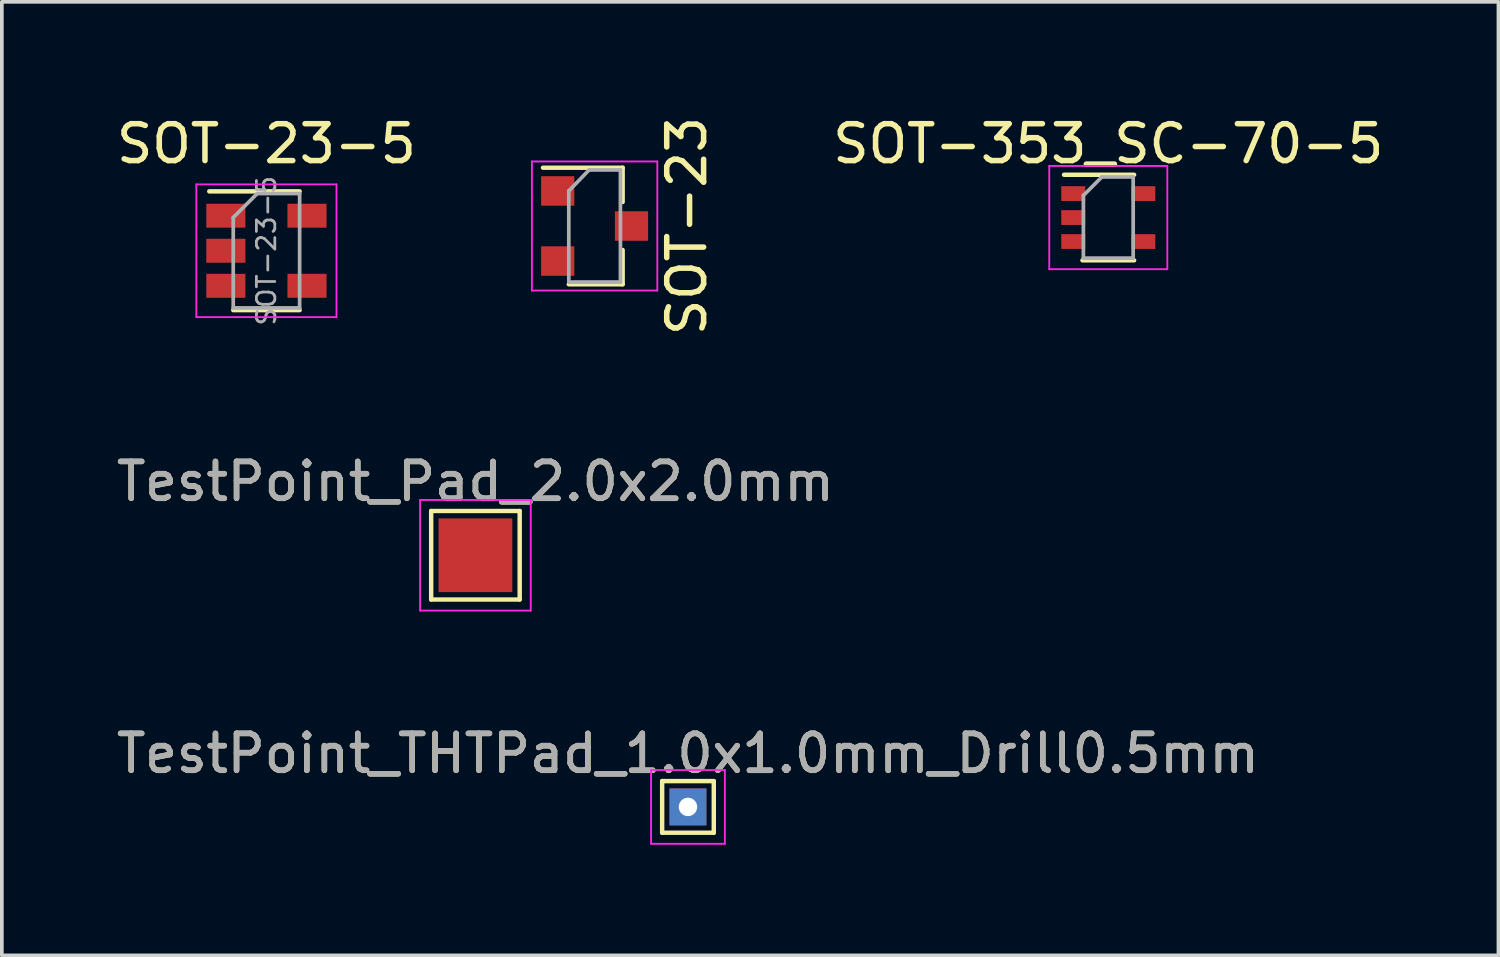
<source format=kicad_pcb>
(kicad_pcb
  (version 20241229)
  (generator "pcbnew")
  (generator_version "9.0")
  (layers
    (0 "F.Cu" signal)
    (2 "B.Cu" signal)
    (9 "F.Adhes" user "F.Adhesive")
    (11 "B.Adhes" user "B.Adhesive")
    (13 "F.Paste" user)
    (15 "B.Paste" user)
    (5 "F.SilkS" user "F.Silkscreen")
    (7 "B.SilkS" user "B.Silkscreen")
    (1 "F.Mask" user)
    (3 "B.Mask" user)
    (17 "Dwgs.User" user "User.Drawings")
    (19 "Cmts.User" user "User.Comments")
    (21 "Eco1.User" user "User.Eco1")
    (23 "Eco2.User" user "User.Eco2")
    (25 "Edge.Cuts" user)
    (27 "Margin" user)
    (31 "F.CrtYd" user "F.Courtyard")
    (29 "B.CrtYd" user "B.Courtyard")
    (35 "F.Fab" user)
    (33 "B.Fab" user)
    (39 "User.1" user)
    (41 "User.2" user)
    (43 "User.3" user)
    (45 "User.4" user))
  (footprint "TestPoint_Pad_2.0x2.0mm"
    (layer "F.Cu")
    (at 9.839 12.003)
    (property "Reference" "TestPoint_Pad_2.0x2.0mm" (at 0 -1.998 0) (layer "F.SilkS") (effects (font (size 1 1) (thickness 0.15))))
    (attr exclude_from_pos_files exclude_from_bom)
    (fp_line (start -1.2 -1.2) (end 1.2 -1.2) (stroke (width 0.12) (type solid)) (layer "F.SilkS"))
    (fp_line (start -1.2 1.2) (end -1.2 -1.2) (stroke (width 0.12) (type solid)) (layer "F.SilkS"))
    (fp_line (start 1.2 -1.2) (end 1.2 1.2) (stroke (width 0.12) (type solid)) (layer "F.SilkS"))
    (fp_line (start 1.2 1.2) (end -1.2 1.2) (stroke (width 0.12) (type solid)) (layer "F.SilkS"))
    (fp_line (start -1.5 -1.5) (end -1.5 1.5) (stroke (width 0.05) (type solid)) (layer "F.CrtYd"))
    (fp_line (start -1.5 -1.5) (end 1.5 -1.5) (stroke (width 0.05) (type solid)) (layer "F.CrtYd"))
    (fp_line (start 1.5 1.5) (end -1.5 1.5) (stroke (width 0.05) (type solid)) (layer "F.CrtYd"))
    (fp_line (start 1.5 1.5) (end 1.5 -1.5) (stroke (width 0.05) (type solid)) (layer "F.CrtYd"))
    (fp_text user "${REFERENCE}" (at 0 -2 0) (layer "F.Fab") (effects (font (size 1 1) (thickness 0.15))))
    (pad "1" smd rect (at 0 0) (size 2 2) (layers "F.Cu" "F.Mask")))
  (footprint "SOT-353_SC-70-5"
    (layer "F.Cu")
    (at 26.996 2.848)
    (property "Reference" "SOT-353_SC-70-5" (at 0 -2 0) (layer "F.SilkS") (effects (font (size 1 1) (thickness 0.15))))
    (attr smd)
    (fp_line (start -0.7 1.16) (end 0.7 1.16) (stroke (width 0.12) (type solid)) (layer "F.SilkS"))
    (fp_line (start 0.7 -1.16) (end -1.2 -1.16) (stroke (width 0.12) (type solid)) (layer "F.SilkS"))
    (fp_line (start -1.6 -1.4) (end -1.6 1.4) (stroke (width 0.05) (type solid)) (layer "F.CrtYd"))
    (fp_line (start -1.6 -1.4) (end 1.6 -1.4) (stroke (width 0.05) (type solid)) (layer "F.CrtYd"))
    (fp_line (start -1.6 1.4) (end 1.6 1.4) (stroke (width 0.05) (type solid)) (layer "F.CrtYd"))
    (fp_line (start 1.6 1.4) (end 1.6 -1.4) (stroke (width 0.05) (type solid)) (layer "F.CrtYd"))
    (fp_line (start -0.675 -0.6) (end -0.675 1.1) (stroke (width 0.1) (type solid)) (layer "F.Fab"))
    (fp_line (start -0.175 -1.1) (end -0.675 -0.6) (stroke (width 0.1) (type solid)) (layer "F.Fab"))
    (fp_line (start 0.675 -1.1) (end -0.175 -1.1) (stroke (width 0.1) (type solid)) (layer "F.Fab"))
    (fp_line (start 0.675 -1.1) (end 0.675 1.1) (stroke (width 0.1) (type solid)) (layer "F.Fab"))
    (fp_line (start 0.675 1.1) (end -0.675 1.1) (stroke (width 0.1) (type solid)) (layer "F.Fab"))
    (pad "1" smd rect (at -0.95 -0.65) (size 0.65 0.4) (layers "F.Cu" "F.Mask" "F.Paste"))
    (pad "2" smd rect (at -0.95 0) (size 0.65 0.4) (layers "F.Cu" "F.Mask" "F.Paste"))
    (pad "3" smd rect (at -0.95 0.65) (size 0.65 0.4) (layers "F.Cu" "F.Mask" "F.Paste"))
    (pad "4" smd rect (at 0.95 0.65) (size 0.65 0.4) (layers "F.Cu" "F.Mask" "F.Paste"))
    (pad "5" smd rect (at 0.95 -0.65) (size 0.65 0.4) (layers "F.Cu" "F.Mask" "F.Paste")))
  (footprint "TestPoint_THTPad_1.0x1.0mm_Drill0.5mm"
    (layer "F.Cu")
    (at 15.601 18.826)
    (property "Reference" "TestPoint_THTPad_1.0x1.0mm_Drill0.5mm" (at 0 -1.448 0) (layer "F.SilkS") (effects (font (size 1 1) (thickness 0.15))))
    (attr exclude_from_pos_files exclude_from_bom)
    (fp_line (start -0.7 -0.7) (end 0.7 -0.7) (stroke (width 0.12) (type solid)) (layer "F.SilkS"))
    (fp_line (start -0.7 0.7) (end -0.7 -0.7) (stroke (width 0.12) (type solid)) (layer "F.SilkS"))
    (fp_line (start 0.7 -0.7) (end 0.7 0.7) (stroke (width 0.12) (type solid)) (layer "F.SilkS"))
    (fp_line (start 0.7 0.7) (end -0.7 0.7) (stroke (width 0.12) (type solid)) (layer "F.SilkS"))
    (fp_line (start -1 -1) (end -1 1) (stroke (width 0.05) (type solid)) (layer "F.CrtYd"))
    (fp_line (start -1 -1) (end 1 -1) (stroke (width 0.05) (type solid)) (layer "F.CrtYd"))
    (fp_line (start 1 1) (end -1 1) (stroke (width 0.05) (type solid)) (layer "F.CrtYd"))
    (fp_line (start 1 1) (end 1 -1) (stroke (width 0.05) (type solid)) (layer "F.CrtYd"))
    (fp_text user "${REFERENCE}" (at 0 -1.45 0) (layer "F.Fab") (effects (font (size 1 1) (thickness 0.15))))
    (pad "1" thru_hole rect (at 0 0) (size 1 1) (drill 0.5) (layers "*.Cu" "*.Mask")))
  (footprint "SOT-23"
    (layer "F.Cu")
    (at 13.07 3.077)
    (property "Reference" "SOT-23" (at 2.5 0 90) (layer "F.SilkS") (effects (font (size 1 1) (thickness 0.15))))
    (attr smd)
    (fp_line (start 0.76 -1.58) (end -1.4 -1.58) (stroke (width 0.12) (type solid)) (layer "F.SilkS"))
    (fp_line (start 0.76 -1.58) (end 0.76 -0.65) (stroke (width 0.12) (type solid)) (layer "F.SilkS"))
    (fp_line (start 0.76 1.58) (end -0.7 1.58) (stroke (width 0.12) (type solid)) (layer "F.SilkS"))
    (fp_line (start 0.76 1.58) (end 0.76 0.65) (stroke (width 0.12) (type solid)) (layer "F.SilkS"))
    (fp_line (start -1.7 -1.75) (end 1.7 -1.75) (stroke (width 0.05) (type solid)) (layer "F.CrtYd"))
    (fp_line (start -1.7 1.75) (end -1.7 -1.75) (stroke (width 0.05) (type solid)) (layer "F.CrtYd"))
    (fp_line (start 1.7 -1.75) (end 1.7 1.75) (stroke (width 0.05) (type solid)) (layer "F.CrtYd"))
    (fp_line (start 1.7 1.75) (end -1.7 1.75) (stroke (width 0.05) (type solid)) (layer "F.CrtYd"))
    (fp_line (start -0.7 -0.95) (end -0.7 1.5) (stroke (width 0.1) (type solid)) (layer "F.Fab"))
    (fp_line (start -0.7 -0.95) (end -0.15 -1.52) (stroke (width 0.1) (type solid)) (layer "F.Fab"))
    (fp_line (start -0.7 1.52) (end 0.7 1.52) (stroke (width 0.1) (type solid)) (layer "F.Fab"))
    (fp_line (start -0.15 -1.52) (end 0.7 -1.52) (stroke (width 0.1) (type solid)) (layer "F.Fab"))
    (fp_line (start 0.7 -1.52) (end 0.7 1.52) (stroke (width 0.1) (type solid)) (layer "F.Fab"))
    (pad "1" smd rect (at -1 -0.95) (size 0.9 0.8) (layers "F.Cu" "F.Mask" "F.Paste"))
    (pad "2" smd rect (at -1 0.95) (size 0.9 0.8) (layers "F.Cu" "F.Mask" "F.Paste"))
    (pad "3" smd rect (at 1 0) (size 0.9 0.8) (layers "F.Cu" "F.Mask" "F.Paste")))
  (footprint "SOT-23-5"
    (layer "F.Cu")
    (at 4.173 3.748)
    (property "Reference" "SOT-23-5" (at 0 -2.9 0) (layer "F.SilkS") (effects (font (size 1 1) (thickness 0.15))))
    (attr smd)
    (fp_line (start -0.9 1.61) (end 0.9 1.61) (stroke (width 0.12) (type solid)) (layer "F.SilkS"))
    (fp_line (start 0.9 -1.61) (end -1.55 -1.61) (stroke (width 0.12) (type solid)) (layer "F.SilkS"))
    (fp_line (start -1.9 -1.8) (end 1.9 -1.8) (stroke (width 0.05) (type solid)) (layer "F.CrtYd"))
    (fp_line (start -1.9 1.8) (end -1.9 -1.8) (stroke (width 0.05) (type solid)) (layer "F.CrtYd"))
    (fp_line (start 1.9 -1.8) (end 1.9 1.8) (stroke (width 0.05) (type solid)) (layer "F.CrtYd"))
    (fp_line (start 1.9 1.8) (end -1.9 1.8) (stroke (width 0.05) (type solid)) (layer "F.CrtYd"))
    (fp_line (start -0.9 -0.9) (end -0.9 1.55) (stroke (width 0.1) (type solid)) (layer "F.Fab"))
    (fp_line (start -0.9 -0.9) (end -0.25 -1.55) (stroke (width 0.1) (type solid)) (layer "F.Fab"))
    (fp_line (start 0.9 -1.55) (end -0.25 -1.55) (stroke (width 0.1) (type solid)) (layer "F.Fab"))
    (fp_line (start 0.9 -1.55) (end 0.9 1.55) (stroke (width 0.1) (type solid)) (layer "F.Fab"))
    (fp_line (start 0.9 1.55) (end -0.9 1.55) (stroke (width 0.1) (type solid)) (layer "F.Fab"))
    (fp_text user "${REFERENCE}" (at 0 0 90) (layer "F.Fab") (effects (font (size 0.5 0.5) (thickness 0.075))))
    (pad "1" smd rect (at -1.1 -0.95) (size 1.06 0.65) (layers "F.Cu" "F.Mask" "F.Paste"))
    (pad "2" smd rect (at -1.1 0) (size 1.06 0.65) (layers "F.Cu" "F.Mask" "F.Paste"))
    (pad "3" smd rect (at -1.1 0.95) (size 1.06 0.65) (layers "F.Cu" "F.Mask" "F.Paste"))
    (pad "4" smd rect (at 1.1 0.95) (size 1.06 0.65) (layers "F.Cu" "F.Mask" "F.Paste"))
    (pad "5" smd rect (at 1.1 -0.95) (size 1.06 0.65) (layers "F.Cu" "F.Mask" "F.Paste")))
  (gr_rect
    (start -3 -3)
    (end 37.573 22.851)
    (stroke (width 0.1) (type default))
    (fill no)
    (layer "Edge.Cuts")))
</source>
